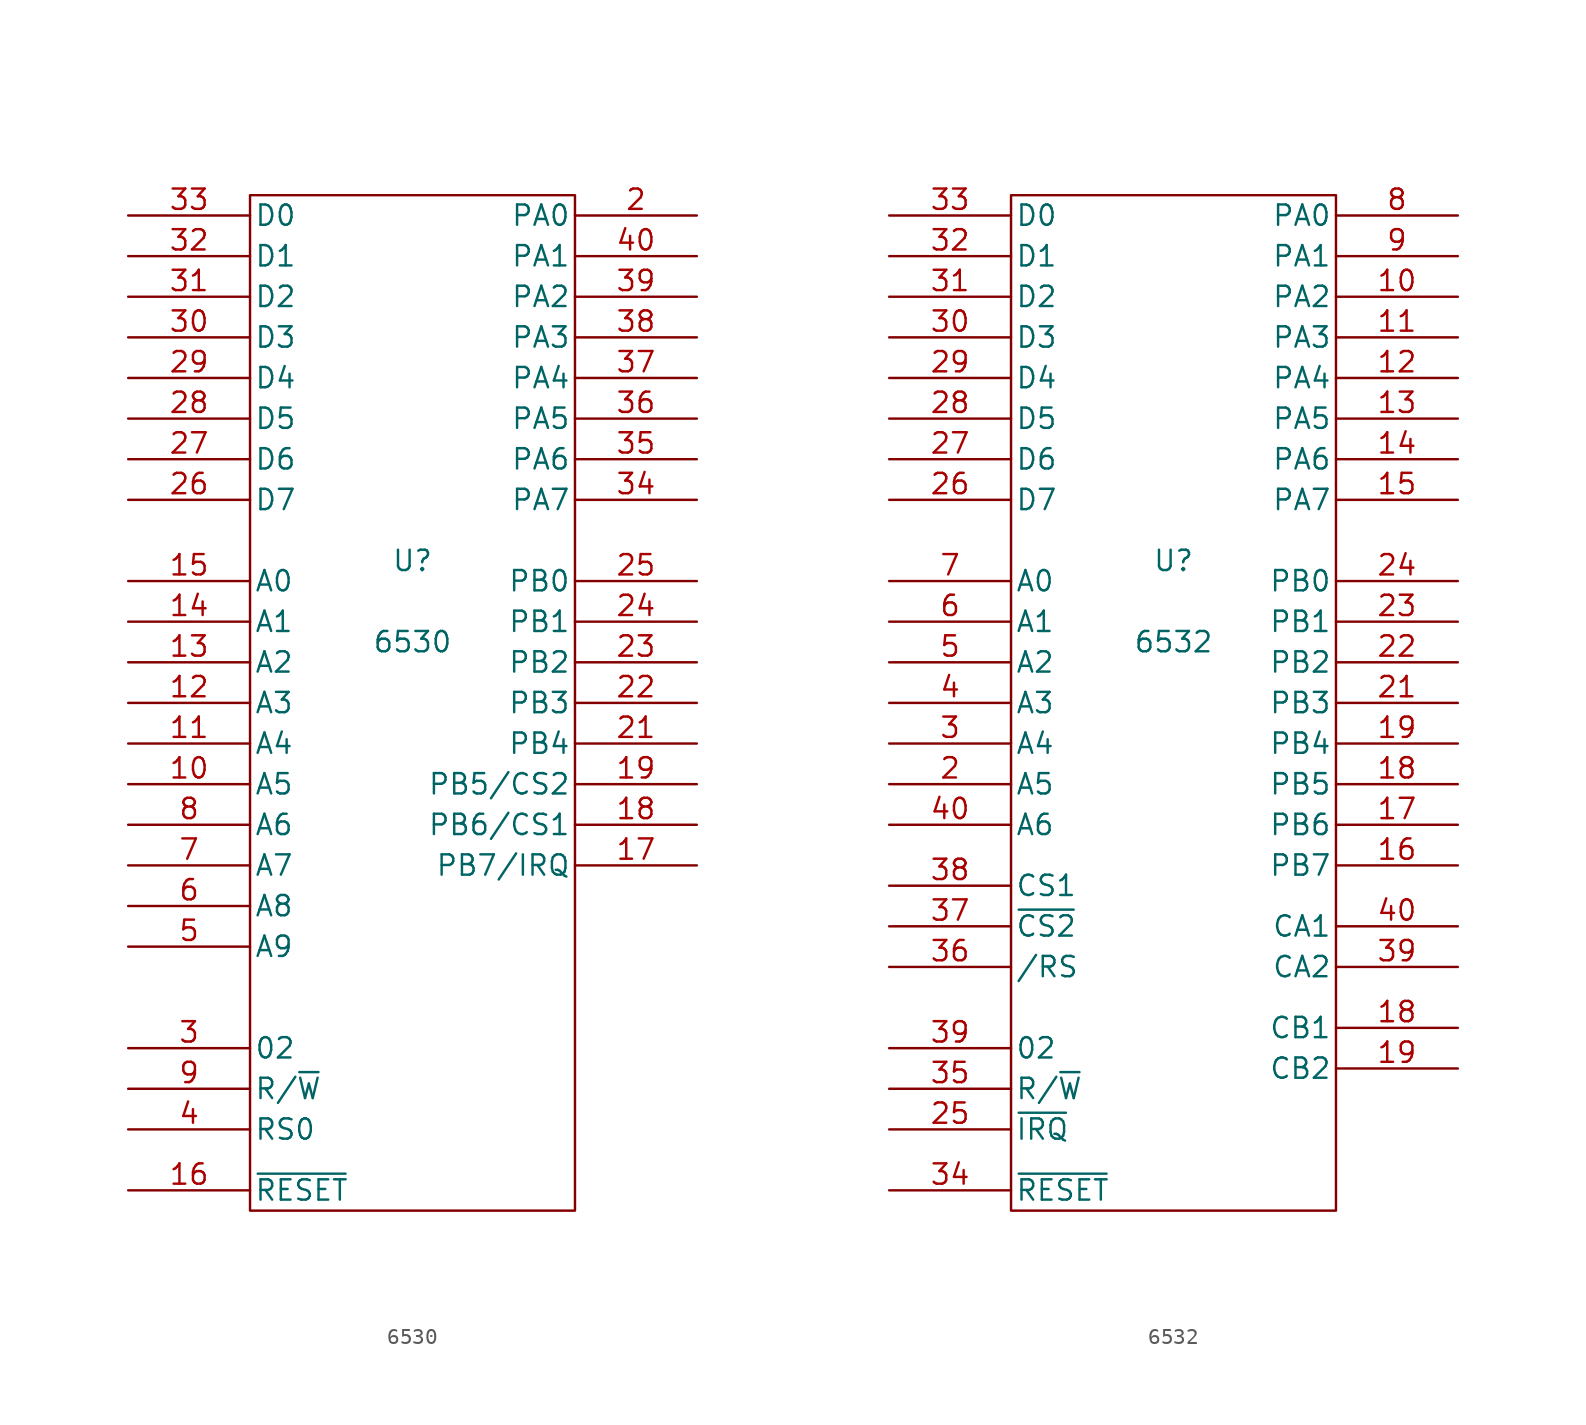
<source format=kicad_sym>
(kicad_symbol_lib
  (version 20231120)
  (generator "kicad_symbol_editor")
  (generator_version "8.0")
  (symbol "6530"
    (pin_names
      (offset 0.254))
    (property "Reference" "U"
      (at 0 11.43 0)
      (effects (font (size 1.27 1.27))))
    (property "Value" "6530"
      (at 0 6.35 0)
      (effects (font (size 1.27 1.27))))
    (property "Footprint" ""
      (at 0 15.24 0)
      (effects (font (size 1.27 1.27))))
    (property "Datasheet" ""
      (at 0 15.24 0)
      (effects (font (size 1.27 1.27))))
    (symbol "6530_0_0"
      (pin power_in line (at 0 -29.21 90) (length 1.27) hide (name "GND" (effects (font (size 1.27 1.27)))) (number "1" (effects (font (size 1.27 1.27)))))
      (pin power_in line (at 0 35.56 270) (length 1.27) hide (name "Vcc" (effects (font (size 1.27 1.27)))) (number "20" (effects (font (size 1.27 1.27))))))
    (symbol "6530_0_1"
      (rectangle (start 10.16 34.29) (end -10.16 -29.21) (stroke (width 0) (type solid)) (fill (type none))))
    (symbol "6530_1_1"
      (pin input line (at -17.78 -2.54 0) (length 7.62) (name "A5" (effects (font (size 1.27 1.27)))) (number "10" (effects (font (size 1.27 1.27)))))
      (pin input line (at -17.78 0 0) (length 7.62) (name "A4" (effects (font (size 1.27 1.27)))) (number "11" (effects (font (size 1.27 1.27)))))
      (pin input line (at -17.78 2.54 0) (length 7.62) (name "A3" (effects (font (size 1.27 1.27)))) (number "12" (effects (font (size 1.27 1.27)))))
      (pin input line (at -17.78 5.08 0) (length 7.62) (name "A2" (effects (font (size 1.27 1.27)))) (number "13" (effects (font (size 1.27 1.27)))))
      (pin input line (at -17.78 7.62 0) (length 7.62) (name "A1" (effects (font (size 1.27 1.27)))) (number "14" (effects (font (size 1.27 1.27)))))
      (pin input line (at -17.78 10.16 0) (length 7.62) (name "A0" (effects (font (size 1.27 1.27)))) (number "15" (effects (font (size 1.27 1.27)))))
      (pin input line (at -17.78 -27.94 0) (length 7.62) (name "~{RESET}" (effects (font (size 1.27 1.27)))) (number "16" (effects (font (size 1.27 1.27)))))
      (pin bidirectional line (at 17.78 -7.62 180) (length 7.62) (name "PB7/IRQ" (effects (font (size 1.27 1.27)))) (number "17" (effects (font (size 1.27 1.27)))))
      (pin bidirectional line (at 17.78 -5.08 180) (length 7.62) (name "PB6/CS1" (effects (font (size 1.27 1.27)))) (number "18" (effects (font (size 1.27 1.27)))))
      (pin bidirectional line (at 17.78 -2.54 180) (length 7.62) (name "PB5/CS2" (effects (font (size 1.27 1.27)))) (number "19" (effects (font (size 1.27 1.27)))))
      (pin bidirectional line (at 17.78 33.02 180) (length 7.62) (name "PA0" (effects (font (size 1.27 1.27)))) (number "2" (effects (font (size 1.27 1.27)))))
      (pin bidirectional line (at 17.78 0 180) (length 7.62) (name "PB4" (effects (font (size 1.27 1.27)))) (number "21" (effects (font (size 1.27 1.27)))))
      (pin bidirectional line (at 17.78 2.54 180) (length 7.62) (name "PB3" (effects (font (size 1.27 1.27)))) (number "22" (effects (font (size 1.27 1.27)))))
      (pin bidirectional line (at 17.78 5.08 180) (length 7.62) (name "PB2" (effects (font (size 1.27 1.27)))) (number "23" (effects (font (size 1.27 1.27)))))
      (pin bidirectional line (at 17.78 7.62 180) (length 7.62) (name "PB1" (effects (font (size 1.27 1.27)))) (number "24" (effects (font (size 1.27 1.27)))))
      (pin bidirectional line (at 17.78 10.16 180) (length 7.62) (name "PB0" (effects (font (size 1.27 1.27)))) (number "25" (effects (font (size 1.27 1.27)))))
      (pin tri_state line (at -17.78 15.24 0) (length 7.62) (name "D7" (effects (font (size 1.27 1.27)))) (number "26" (effects (font (size 1.27 1.27)))))
      (pin tri_state line (at -17.78 17.78 0) (length 7.62) (name "D6" (effects (font (size 1.27 1.27)))) (number "27" (effects (font (size 1.27 1.27)))))
      (pin output line (at -17.78 20.32 0) (length 7.62) (name "D5" (effects (font (size 1.27 1.27)))) (number "28" (effects (font (size 1.27 1.27)))))
      (pin output line (at -17.78 22.86 0) (length 7.62) (name "D4" (effects (font (size 1.27 1.27)))) (number "29" (effects (font (size 1.27 1.27)))))
      (pin input line (at -17.78 -19.05 0) (length 7.62) (name "02" (effects (font (size 1.27 1.27)))) (number "3" (effects (font (size 1.27 1.27)))))
      (pin output line (at -17.78 25.4 0) (length 7.62) (name "D3" (effects (font (size 1.27 1.27)))) (number "30" (effects (font (size 1.27 1.27)))))
      (pin output line (at -17.78 27.94 0) (length 7.62) (name "D2" (effects (font (size 1.27 1.27)))) (number "31" (effects (font (size 1.27 1.27)))))
      (pin output line (at -17.78 30.48 0) (length 7.62) (name "D1" (effects (font (size 1.27 1.27)))) (number "32" (effects (font (size 1.27 1.27)))))
      (pin output line (at -17.78 33.02 0) (length 7.62) (name "D0" (effects (font (size 1.27 1.27)))) (number "33" (effects (font (size 1.27 1.27)))))
      (pin bidirectional line (at 17.78 15.24 180) (length 7.62) (name "PA7" (effects (font (size 1.27 1.27)))) (number "34" (effects (font (size 1.27 1.27)))))
      (pin bidirectional line (at 17.78 17.78 180) (length 7.62) (name "PA6" (effects (font (size 1.27 1.27)))) (number "35" (effects (font (size 1.27 1.27)))))
      (pin bidirectional line (at 17.78 20.32 180) (length 7.62) (name "PA5" (effects (font (size 1.27 1.27)))) (number "36" (effects (font (size 1.27 1.27)))))
      (pin bidirectional line (at 17.78 22.86 180) (length 7.62) (name "PA4" (effects (font (size 1.27 1.27)))) (number "37" (effects (font (size 1.27 1.27)))))
      (pin bidirectional line (at 17.78 25.4 180) (length 7.62) (name "PA3" (effects (font (size 1.27 1.27)))) (number "38" (effects (font (size 1.27 1.27)))))
      (pin bidirectional line (at 17.78 27.94 180) (length 7.62) (name "PA2" (effects (font (size 1.27 1.27)))) (number "39" (effects (font (size 1.27 1.27)))))
      (pin input line (at -17.78 -24.13 0) (length 7.62) (name "RS0" (effects (font (size 1.27 1.27)))) (number "4" (effects (font (size 1.27 1.27)))))
      (pin bidirectional line (at 17.78 30.48 180) (length 7.62) (name "PA1" (effects (font (size 1.27 1.27)))) (number "40" (effects (font (size 1.27 1.27)))))
      (pin input line (at -17.78 -12.7 0) (length 7.62) (name "A9" (effects (font (size 1.27 1.27)))) (number "5" (effects (font (size 1.27 1.27)))))
      (pin input line (at -17.78 -10.16 0) (length 7.62) (name "A8" (effects (font (size 1.27 1.27)))) (number "6" (effects (font (size 1.27 1.27)))))
      (pin input line (at -17.78 -7.62 0) (length 7.62) (name "A7" (effects (font (size 1.27 1.27)))) (number "7" (effects (font (size 1.27 1.27)))))
      (pin input line (at -17.78 -5.08 0) (length 7.62) (name "A6" (effects (font (size 1.27 1.27)))) (number "8" (effects (font (size 1.27 1.27)))))
      (pin input line (at -17.78 -21.59 0) (length 7.62) (name "R/~{W}" (effects (font (size 1.27 1.27)))) (number "9" (effects (font (size 1.27 1.27)))))))
  (symbol "6532"
    (pin_names
      (offset 0.254))
    (property "Reference" "U"
      (at 0 8.89 0)
      (effects (font (size 1.27 1.27))))
    (property "Value" "6532"
      (at 0 3.81 0)
      (effects (font (size 1.27 1.27))))
    (property "Footprint" ""
      (at 0 12.7 0)
      (effects (font (size 1.27 1.27))))
    (property "Datasheet" ""
      (at 0 12.7 0)
      (effects (font (size 1.27 1.27))))
    (symbol "6532_0_0"
      (pin power_in line (at 0 -31.75 90) (length 1.27) hide (name "GND" (effects (font (size 1.27 1.27)))) (number "1" (effects (font (size 1.27 1.27)))))
      (pin power_in line (at 0 33.02 270) (length 1.27) hide (name "Vcc" (effects (font (size 1.27 1.27)))) (number "20" (effects (font (size 1.27 1.27))))))
    (symbol "6532_0_1"
      (rectangle (start 10.16 31.75) (end -10.16 -31.75) (stroke (width 0) (type solid)) (fill (type none))))
    (symbol "6532_1_1"
      (pin bidirectional line (at 17.78 25.4 180) (length 7.62) (name "PA2" (effects (font (size 1.27 1.27)))) (number "10" (effects (font (size 1.27 1.27)))))
      (pin bidirectional line (at 17.78 22.86 180) (length 7.62) (name "PA3" (effects (font (size 1.27 1.27)))) (number "11" (effects (font (size 1.27 1.27)))))
      (pin bidirectional line (at 17.78 20.32 180) (length 7.62) (name "PA4" (effects (font (size 1.27 1.27)))) (number "12" (effects (font (size 1.27 1.27)))))
      (pin bidirectional line (at 17.78 17.78 180) (length 7.62) (name "PA5" (effects (font (size 1.27 1.27)))) (number "13" (effects (font (size 1.27 1.27)))))
      (pin bidirectional line (at 17.78 15.24 180) (length 7.62) (name "PA6" (effects (font (size 1.27 1.27)))) (number "14" (effects (font (size 1.27 1.27)))))
      (pin bidirectional line (at 17.78 12.7 180) (length 7.62) (name "PA7" (effects (font (size 1.27 1.27)))) (number "15" (effects (font (size 1.27 1.27)))))
      (pin bidirectional line (at 17.78 -10.16 180) (length 7.62) (name "PB7" (effects (font (size 1.27 1.27)))) (number "16" (effects (font (size 1.27 1.27)))))
      (pin bidirectional line (at 17.78 -7.62 180) (length 7.62) (name "PB6" (effects (font (size 1.27 1.27)))) (number "17" (effects (font (size 1.27 1.27)))))
      (pin bidirectional line (at 17.78 -20.32 180) (length 7.62) (name "CB1" (effects (font (size 1.27 1.27)))) (number "18" (effects (font (size 1.27 1.27)))))
      (pin bidirectional line (at 17.78 -5.08 180) (length 7.62) (name "PB5" (effects (font (size 1.27 1.27)))) (number "18" (effects (font (size 1.27 1.27)))))
      (pin bidirectional line (at 17.78 -22.86 180) (length 7.62) (name "CB2" (effects (font (size 1.27 1.27)))) (number "19" (effects (font (size 1.27 1.27)))))
      (pin bidirectional line (at 17.78 -2.54 180) (length 7.62) (name "PB4" (effects (font (size 1.27 1.27)))) (number "19" (effects (font (size 1.27 1.27)))))
      (pin input line (at -17.78 -5.08 0) (length 7.62) (name "A5" (effects (font (size 1.27 1.27)))) (number "2" (effects (font (size 1.27 1.27)))))
      (pin bidirectional line (at 17.78 0 180) (length 7.62) (name "PB3" (effects (font (size 1.27 1.27)))) (number "21" (effects (font (size 1.27 1.27)))))
      (pin bidirectional line (at 17.78 2.54 180) (length 7.62) (name "PB2" (effects (font (size 1.27 1.27)))) (number "22" (effects (font (size 1.27 1.27)))))
      (pin bidirectional line (at 17.78 5.08 180) (length 7.62) (name "PB1" (effects (font (size 1.27 1.27)))) (number "23" (effects (font (size 1.27 1.27)))))
      (pin bidirectional line (at 17.78 7.62 180) (length 7.62) (name "PB0" (effects (font (size 1.27 1.27)))) (number "24" (effects (font (size 1.27 1.27)))))
      (pin input line (at -17.78 -26.67 0) (length 7.62) (name "~{IRQ}" (effects (font (size 1.27 1.27)))) (number "25" (effects (font (size 1.27 1.27)))))
      (pin tri_state line (at -17.78 12.7 0) (length 7.62) (name "D7" (effects (font (size 1.27 1.27)))) (number "26" (effects (font (size 1.27 1.27)))))
      (pin tri_state line (at -17.78 15.24 0) (length 7.62) (name "D6" (effects (font (size 1.27 1.27)))) (number "27" (effects (font (size 1.27 1.27)))))
      (pin output line (at -17.78 17.78 0) (length 7.62) (name "D5" (effects (font (size 1.27 1.27)))) (number "28" (effects (font (size 1.27 1.27)))))
      (pin output line (at -17.78 20.32 0) (length 7.62) (name "D4" (effects (font (size 1.27 1.27)))) (number "29" (effects (font (size 1.27 1.27)))))
      (pin input line (at -17.78 -2.54 0) (length 7.62) (name "A4" (effects (font (size 1.27 1.27)))) (number "3" (effects (font (size 1.27 1.27)))))
      (pin output line (at -17.78 22.86 0) (length 7.62) (name "D3" (effects (font (size 1.27 1.27)))) (number "30" (effects (font (size 1.27 1.27)))))
      (pin output line (at -17.78 25.4 0) (length 7.62) (name "D2" (effects (font (size 1.27 1.27)))) (number "31" (effects (font (size 1.27 1.27)))))
      (pin output line (at -17.78 27.94 0) (length 7.62) (name "D1" (effects (font (size 1.27 1.27)))) (number "32" (effects (font (size 1.27 1.27)))))
      (pin output line (at -17.78 30.48 0) (length 7.62) (name "D0" (effects (font (size 1.27 1.27)))) (number "33" (effects (font (size 1.27 1.27)))))
      (pin input line (at -17.78 -30.48 0) (length 7.62) (name "~{RESET}" (effects (font (size 1.27 1.27)))) (number "34" (effects (font (size 1.27 1.27)))))
      (pin input line (at -17.78 -24.13 0) (length 7.62) (name "R/~{W}" (effects (font (size 1.27 1.27)))) (number "35" (effects (font (size 1.27 1.27)))))
      (pin bidirectional line (at -17.78 -16.51 0) (length 7.62) (name "/RS" (effects (font (size 1.27 1.27)))) (number "36" (effects (font (size 1.27 1.27)))))
      (pin input line (at -17.78 -13.97 0) (length 7.62) (name "~{CS2}" (effects (font (size 1.27 1.27)))) (number "37" (effects (font (size 1.27 1.27)))))
      (pin input line (at -17.78 -11.43 0) (length 7.62) (name "CS1" (effects (font (size 1.27 1.27)))) (number "38" (effects (font (size 1.27 1.27)))))
      (pin input line (at -17.78 -21.59 0) (length 7.62) (name "02" (effects (font (size 1.27 1.27)))) (number "39" (effects (font (size 1.27 1.27)))))
      (pin bidirectional line (at 17.78 -16.51 180) (length 7.62) (name "CA2" (effects (font (size 1.27 1.27)))) (number "39" (effects (font (size 1.27 1.27)))))
      (pin input line (at -17.78 0 0) (length 7.62) (name "A3" (effects (font (size 1.27 1.27)))) (number "4" (effects (font (size 1.27 1.27)))))
      (pin input line (at -17.78 -7.62 0) (length 7.62) (name "A6" (effects (font (size 1.27 1.27)))) (number "40" (effects (font (size 1.27 1.27)))))
      (pin bidirectional line (at 17.78 -13.97 180) (length 7.62) (name "CA1" (effects (font (size 1.27 1.27)))) (number "40" (effects (font (size 1.27 1.27)))))
      (pin input line (at -17.78 2.54 0) (length 7.62) (name "A2" (effects (font (size 1.27 1.27)))) (number "5" (effects (font (size 1.27 1.27)))))
      (pin input line (at -17.78 5.08 0) (length 7.62) (name "A1" (effects (font (size 1.27 1.27)))) (number "6" (effects (font (size 1.27 1.27)))))
      (pin input line (at -17.78 7.62 0) (length 7.62) (name "A0" (effects (font (size 1.27 1.27)))) (number "7" (effects (font (size 1.27 1.27)))))
      (pin bidirectional line (at 17.78 30.48 180) (length 7.62) (name "PA0" (effects (font (size 1.27 1.27)))) (number "8" (effects (font (size 1.27 1.27)))))
      (pin bidirectional line (at 17.78 27.94 180) (length 7.62) (name "PA1" (effects (font (size 1.27 1.27)))) (number "9" (effects (font (size 1.27 1.27))))))))
</source>
